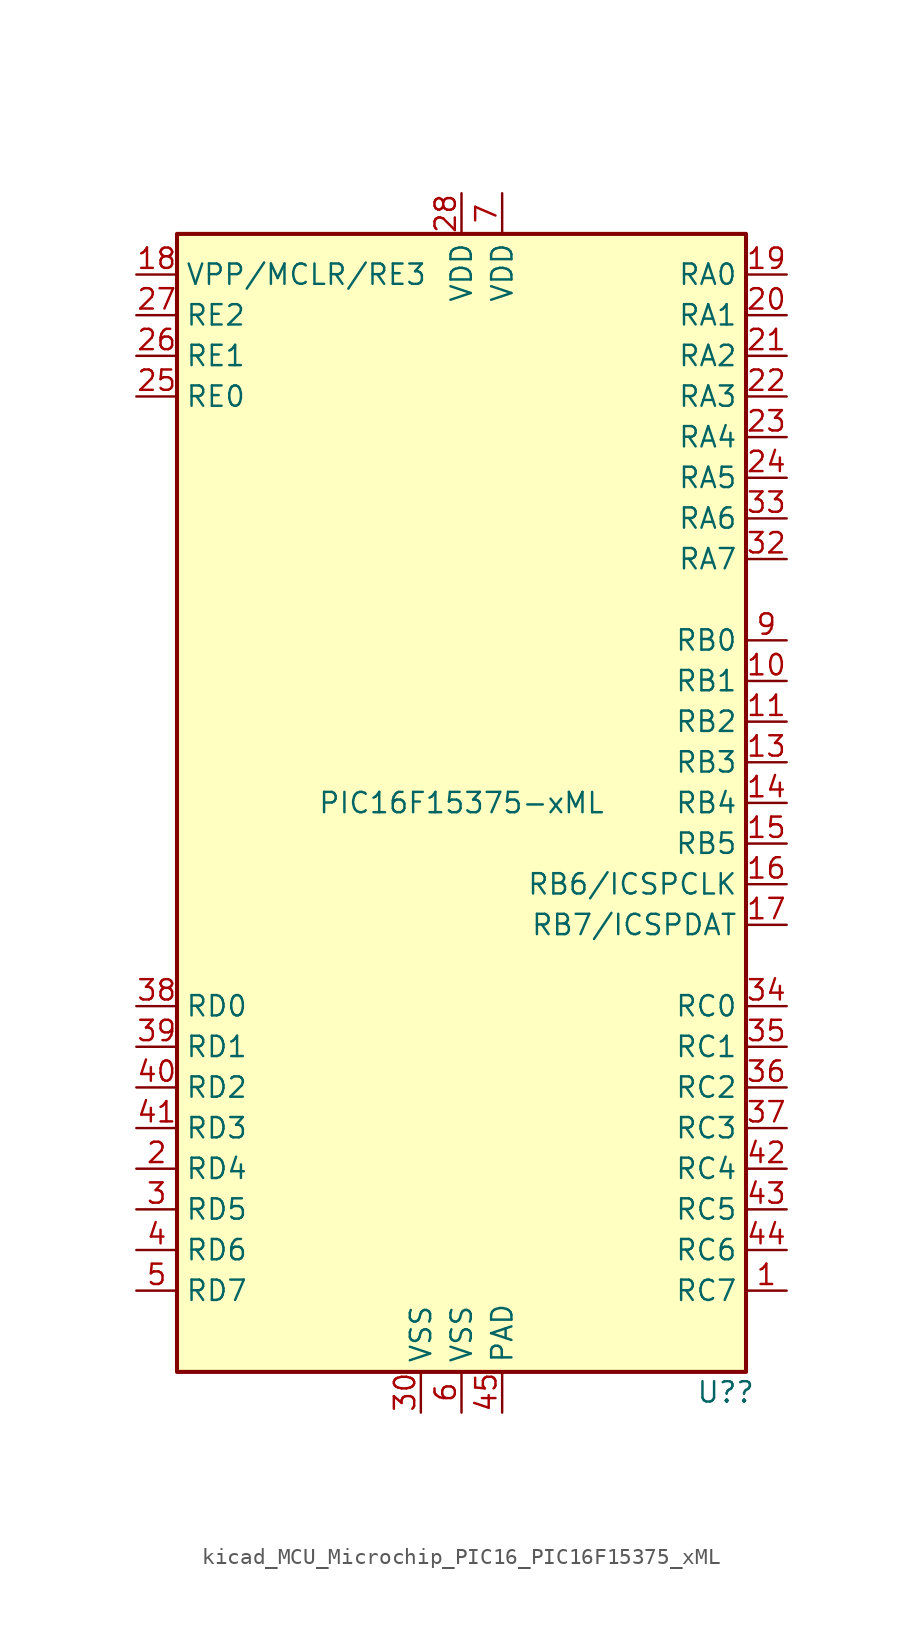
<source format=kicad_sym>
(kicad_symbol_lib
  (version 20220914)
  (generator kicad_symbol_editor)
  (symbol "kicad_MCU_Microchip_PIC16_PIC16F15375_xML"
    (property "Reference" "U?"
      (at 16.51 -36.83 0)
      (effects (font (size 1.27 1.27))))
    (property "Value" "PIC16F15375-xML"
      (at 0 0 0)
      (effects (font (size 1.27 1.27))))
    (symbol "kicad_MCU_Microchip_PIC16_PIC16F15375_xML_0_0"
      (pin no_connect line (at -17.78 0 0) (length 2.54) hide (name "NC" (effects (font (size 1.27 1.27)))) (number "13" (effects (font (size 1.27 1.27)))))
      (pin no_connect line (at -17.78 2.54 0) (length 2.54) hide (name "NC" (effects (font (size 1.27 1.27)))) (number "29" (effects (font (size 1.27 1.27)))))
      (pin no_connect line (at -17.78 7.62 0) (length 2.54) hide (name "NC" (effects (font (size 1.27 1.27)))) (number "31" (effects (font (size 1.27 1.27)))))
      (pin power_in line (at 2.54 -38.1 90) (length 2.54) (name "PAD" (effects (font (size 1.27 1.27)))) (number "45" (effects (font (size 1.27 1.27)))))
      (pin no_connect line (at -17.78 5.08 0) (length 2.54) hide (name "NC" (effects (font (size 1.27 1.27)))) (number "8" (effects (font (size 1.27 1.27))))))
    (symbol "kicad_MCU_Microchip_PIC16_PIC16F15375_xML_0_1"
      (rectangle (start -17.78 35.56) (end 17.78 -35.56) (stroke (width 0.254) (type default)) (fill (type background))))
    (symbol "kicad_MCU_Microchip_PIC16_PIC16F15375_xML_1_1"
      (pin bidirectional line (at 20.32 -30.48 180) (length 2.54) (name "RC7" (effects (font (size 1.27 1.27)))) (number "1" (effects (font (size 1.27 1.27)))))
      (pin bidirectional line (at 20.32 7.62 180) (length 2.54) (name "RB1" (effects (font (size 1.27 1.27)))) (number "10" (effects (font (size 1.27 1.27)))))
      (pin bidirectional line (at 20.32 5.08 180) (length 2.54) (name "RB2" (effects (font (size 1.27 1.27)))) (number "11" (effects (font (size 1.27 1.27)))))
      (pin bidirectional line (at 20.32 2.54 180) (length 2.54) (name "RB3" (effects (font (size 1.27 1.27)))) (number "13" (effects (font (size 1.27 1.27)))))
      (pin bidirectional line (at 20.32 0 180) (length 2.54) (name "RB4" (effects (font (size 1.27 1.27)))) (number "14" (effects (font (size 1.27 1.27)))))
      (pin bidirectional line (at 20.32 -2.54 180) (length 2.54) (name "RB5" (effects (font (size 1.27 1.27)))) (number "15" (effects (font (size 1.27 1.27)))))
      (pin bidirectional line (at 20.32 -5.08 180) (length 2.54) (name "RB6/ICSPCLK" (effects (font (size 1.27 1.27)))) (number "16" (effects (font (size 1.27 1.27)))))
      (pin bidirectional line (at 20.32 -7.62 180) (length 2.54) (name "RB7/ICSPDAT" (effects (font (size 1.27 1.27)))) (number "17" (effects (font (size 1.27 1.27)))))
      (pin bidirectional line (at -20.32 33.02 0) (length 2.54) (name "VPP/MCLR/RE3" (effects (font (size 1.27 1.27)))) (number "18" (effects (font (size 1.27 1.27)))))
      (pin bidirectional line (at 20.32 33.02 180) (length 2.54) (name "RA0" (effects (font (size 1.27 1.27)))) (number "19" (effects (font (size 1.27 1.27)))))
      (pin bidirectional line (at -20.32 -22.86 0) (length 2.54) (name "RD4" (effects (font (size 1.27 1.27)))) (number "2" (effects (font (size 1.27 1.27)))))
      (pin bidirectional line (at 20.32 30.48 180) (length 2.54) (name "RA1" (effects (font (size 1.27 1.27)))) (number "20" (effects (font (size 1.27 1.27)))))
      (pin bidirectional line (at 20.32 27.94 180) (length 2.54) (name "RA2" (effects (font (size 1.27 1.27)))) (number "21" (effects (font (size 1.27 1.27)))))
      (pin bidirectional line (at 20.32 25.4 180) (length 2.54) (name "RA3" (effects (font (size 1.27 1.27)))) (number "22" (effects (font (size 1.27 1.27)))))
      (pin bidirectional line (at 20.32 22.86 180) (length 2.54) (name "RA4" (effects (font (size 1.27 1.27)))) (number "23" (effects (font (size 1.27 1.27)))))
      (pin bidirectional line (at 20.32 20.32 180) (length 2.54) (name "RA5" (effects (font (size 1.27 1.27)))) (number "24" (effects (font (size 1.27 1.27)))))
      (pin bidirectional line (at -20.32 25.4 0) (length 2.54) (name "RE0" (effects (font (size 1.27 1.27)))) (number "25" (effects (font (size 1.27 1.27)))))
      (pin bidirectional line (at -20.32 27.94 0) (length 2.54) (name "RE1" (effects (font (size 1.27 1.27)))) (number "26" (effects (font (size 1.27 1.27)))))
      (pin bidirectional line (at -20.32 30.48 0) (length 2.54) (name "RE2" (effects (font (size 1.27 1.27)))) (number "27" (effects (font (size 1.27 1.27)))))
      (pin power_in line (at 0 38.1 270) (length 2.54) (name "VDD" (effects (font (size 1.27 1.27)))) (number "28" (effects (font (size 1.27 1.27)))))
      (pin bidirectional line (at -20.32 -25.4 0) (length 2.54) (name "RD5" (effects (font (size 1.27 1.27)))) (number "3" (effects (font (size 1.27 1.27)))))
      (pin power_in line (at -2.54 -38.1 90) (length 2.54) (name "VSS" (effects (font (size 1.27 1.27)))) (number "30" (effects (font (size 1.27 1.27)))))
      (pin bidirectional line (at 20.32 15.24 180) (length 2.54) (name "RA7" (effects (font (size 1.27 1.27)))) (number "32" (effects (font (size 1.27 1.27)))))
      (pin bidirectional line (at 20.32 17.78 180) (length 2.54) (name "RA6" (effects (font (size 1.27 1.27)))) (number "33" (effects (font (size 1.27 1.27)))))
      (pin bidirectional line (at 20.32 -12.7 180) (length 2.54) (name "RC0" (effects (font (size 1.27 1.27)))) (number "34" (effects (font (size 1.27 1.27)))))
      (pin bidirectional line (at 20.32 -15.24 180) (length 2.54) (name "RC1" (effects (font (size 1.27 1.27)))) (number "35" (effects (font (size 1.27 1.27)))))
      (pin bidirectional line (at 20.32 -17.78 180) (length 2.54) (name "RC2" (effects (font (size 1.27 1.27)))) (number "36" (effects (font (size 1.27 1.27)))))
      (pin bidirectional line (at 20.32 -20.32 180) (length 2.54) (name "RC3" (effects (font (size 1.27 1.27)))) (number "37" (effects (font (size 1.27 1.27)))))
      (pin bidirectional line (at -20.32 -12.7 0) (length 2.54) (name "RD0" (effects (font (size 1.27 1.27)))) (number "38" (effects (font (size 1.27 1.27)))))
      (pin bidirectional line (at -20.32 -15.24 0) (length 2.54) (name "RD1" (effects (font (size 1.27 1.27)))) (number "39" (effects (font (size 1.27 1.27)))))
      (pin bidirectional line (at -20.32 -27.94 0) (length 2.54) (name "RD6" (effects (font (size 1.27 1.27)))) (number "4" (effects (font (size 1.27 1.27)))))
      (pin bidirectional line (at -20.32 -17.78 0) (length 2.54) (name "RD2" (effects (font (size 1.27 1.27)))) (number "40" (effects (font (size 1.27 1.27)))))
      (pin bidirectional line (at -20.32 -20.32 0) (length 2.54) (name "RD3" (effects (font (size 1.27 1.27)))) (number "41" (effects (font (size 1.27 1.27)))))
      (pin bidirectional line (at 20.32 -22.86 180) (length 2.54) (name "RC4" (effects (font (size 1.27 1.27)))) (number "42" (effects (font (size 1.27 1.27)))))
      (pin bidirectional line (at 20.32 -25.4 180) (length 2.54) (name "RC5" (effects (font (size 1.27 1.27)))) (number "43" (effects (font (size 1.27 1.27)))))
      (pin bidirectional line (at 20.32 -27.94 180) (length 2.54) (name "RC6" (effects (font (size 1.27 1.27)))) (number "44" (effects (font (size 1.27 1.27)))))
      (pin bidirectional line (at -20.32 -30.48 0) (length 2.54) (name "RD7" (effects (font (size 1.27 1.27)))) (number "5" (effects (font (size 1.27 1.27)))))
      (pin power_in line (at 0 -38.1 90) (length 2.54) (name "VSS" (effects (font (size 1.27 1.27)))) (number "6" (effects (font (size 1.27 1.27)))))
      (pin power_in line (at 2.54 38.1 270) (length 2.54) (name "VDD" (effects (font (size 1.27 1.27)))) (number "7" (effects (font (size 1.27 1.27)))))
      (pin bidirectional line (at 20.32 10.16 180) (length 2.54) (name "RB0" (effects (font (size 1.27 1.27)))) (number "9" (effects (font (size 1.27 1.27))))))))
</source>
